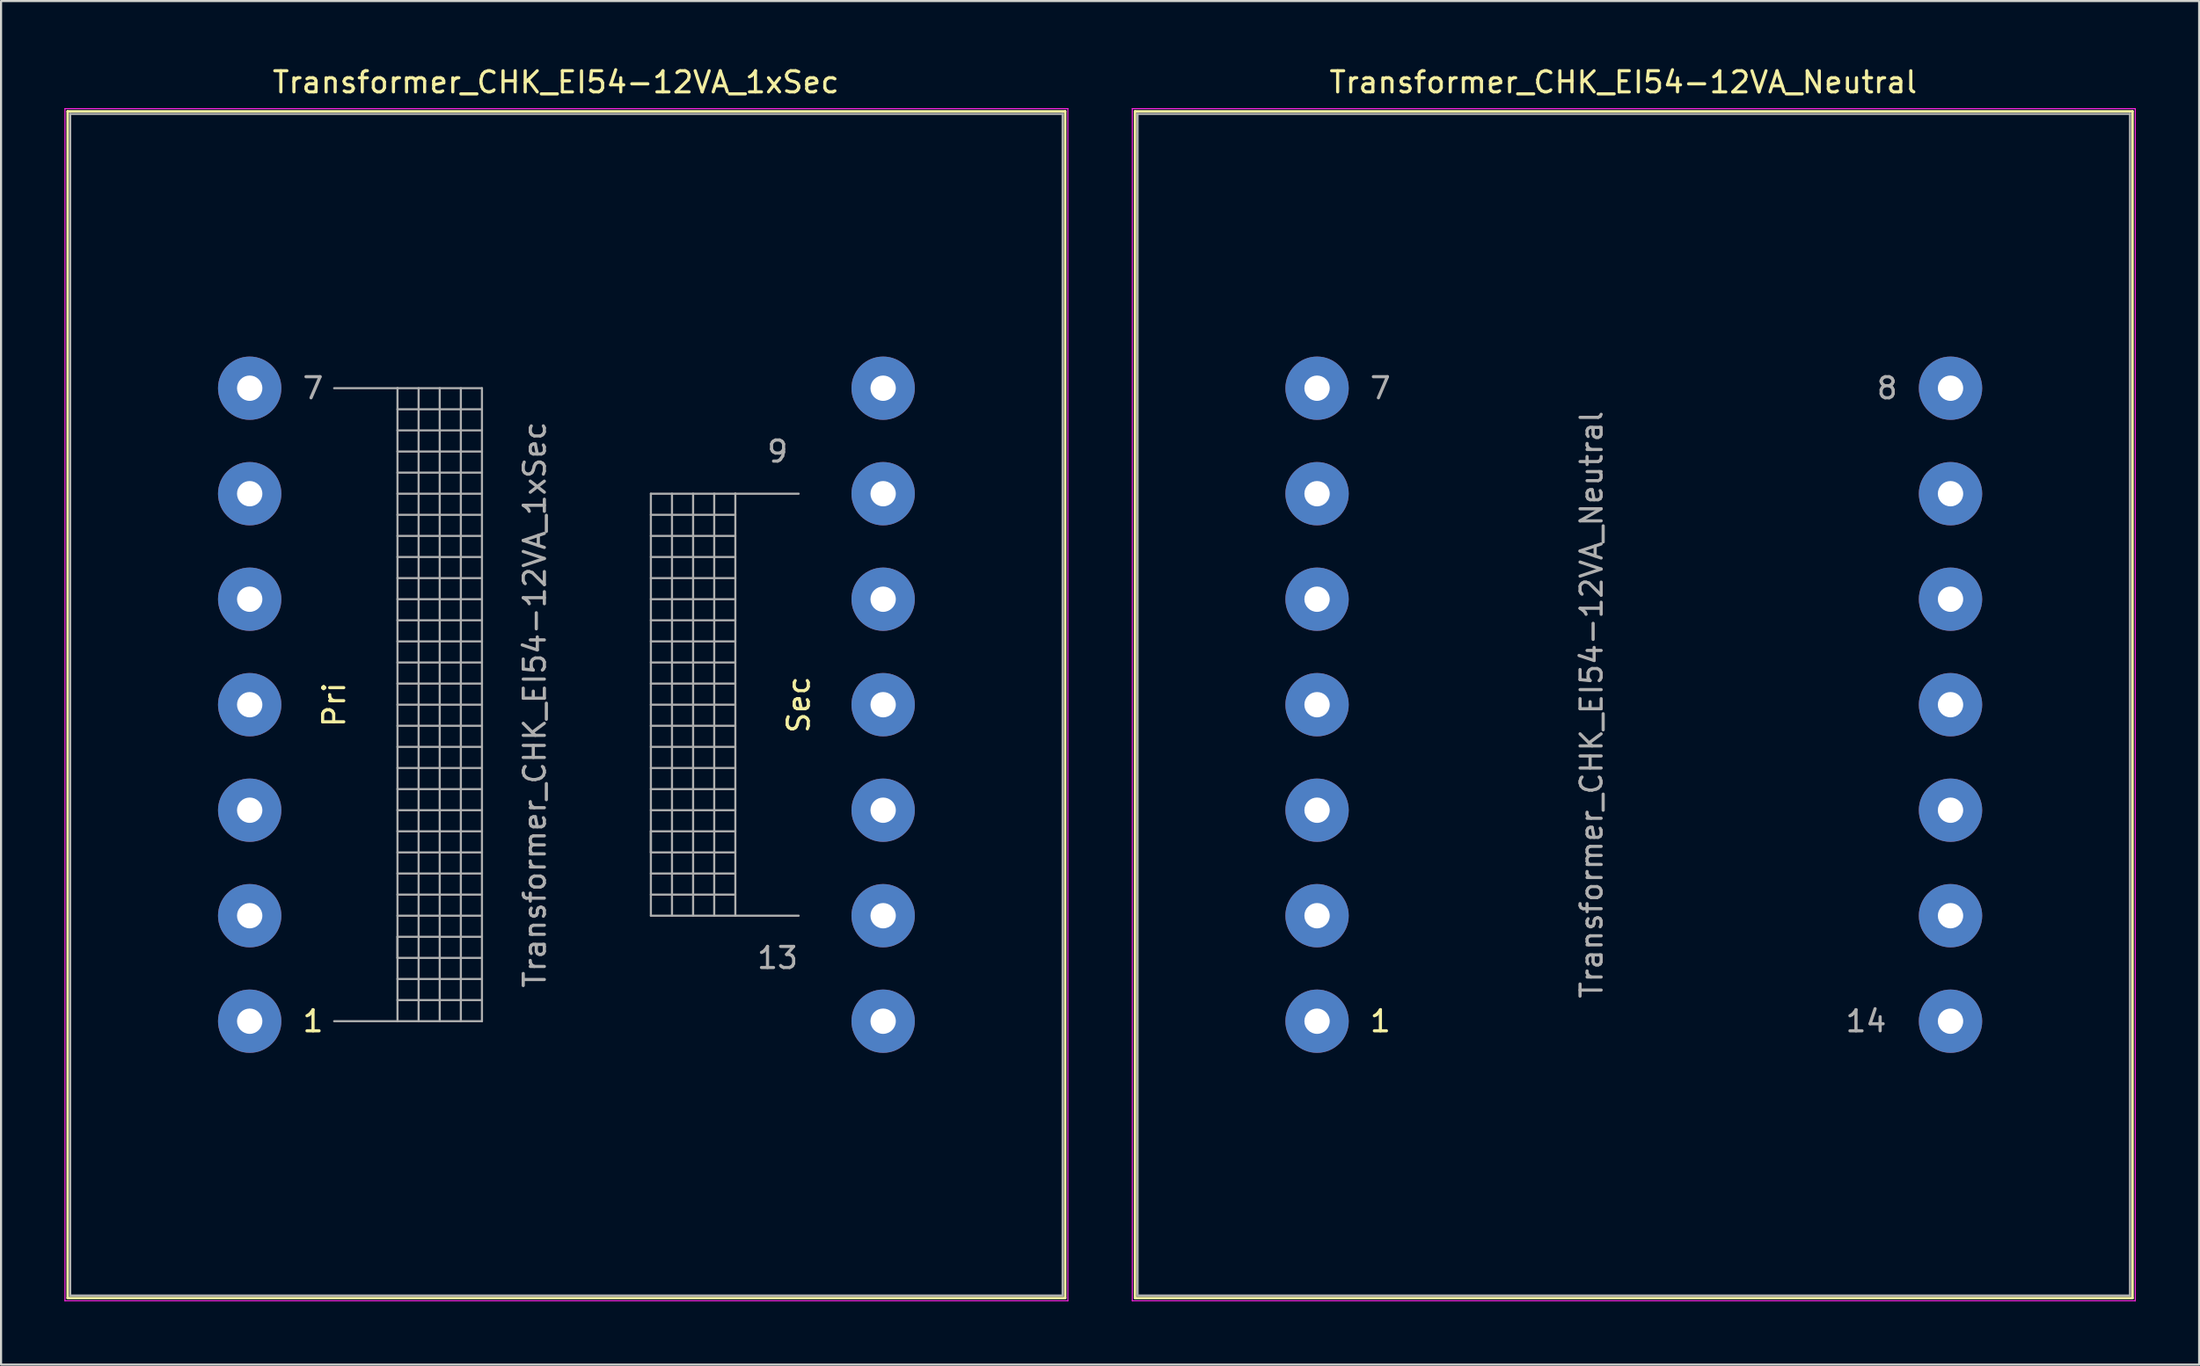
<source format=kicad_pcb>
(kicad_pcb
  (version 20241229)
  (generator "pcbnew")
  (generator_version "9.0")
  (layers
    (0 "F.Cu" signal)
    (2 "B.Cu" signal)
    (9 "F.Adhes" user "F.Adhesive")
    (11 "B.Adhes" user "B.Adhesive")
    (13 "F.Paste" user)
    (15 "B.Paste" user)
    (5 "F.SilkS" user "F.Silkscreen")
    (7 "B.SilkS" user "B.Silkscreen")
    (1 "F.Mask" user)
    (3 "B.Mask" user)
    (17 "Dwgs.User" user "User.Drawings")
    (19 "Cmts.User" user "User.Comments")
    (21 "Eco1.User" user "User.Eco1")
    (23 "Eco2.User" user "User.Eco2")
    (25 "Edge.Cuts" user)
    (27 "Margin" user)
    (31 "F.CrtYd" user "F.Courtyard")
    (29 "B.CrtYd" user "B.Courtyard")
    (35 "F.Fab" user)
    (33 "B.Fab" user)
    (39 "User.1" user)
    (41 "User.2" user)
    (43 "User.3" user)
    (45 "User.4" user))
  (footprint "Transformer_CHK_EI54-12VA_Neutral"
    (layer "F.Cu")
    (at 59.325 45.348)
    (property "Reference" "Transformer_CHK_EI54-12VA_Neutral" (at 14.5 -44.5 0) (layer "F.SilkS") (effects (font (size 1 1) (thickness 0.15))))
    (attr through_hole)
    (fp_line (start -8.62 -43.12) (end -8.62 13.12) (stroke (width 0.12) (type solid)) (layer "F.SilkS"))
    (fp_line (start -8.62 -43.12) (end 38.62 -43.12) (stroke (width 0.12) (type solid)) (layer "F.SilkS"))
    (fp_line (start 38.62 13.12) (end -8.62 13.12) (stroke (width 0.12) (type solid)) (layer "F.SilkS"))
    (fp_line (start 38.62 13.12) (end 38.62 -43.12) (stroke (width 0.12) (type solid)) (layer "F.SilkS"))
    (fp_line (start -8.75 -43.25) (end -8.75 13.25) (stroke (width 0.05) (type solid)) (layer "F.CrtYd"))
    (fp_line (start -8.75 -43.25) (end 38.75 -43.25) (stroke (width 0.05) (type solid)) (layer "F.CrtYd"))
    (fp_line (start 38.75 13.25) (end -8.75 13.25) (stroke (width 0.05) (type solid)) (layer "F.CrtYd"))
    (fp_line (start 38.75 13.25) (end 38.75 -43.25) (stroke (width 0.05) (type solid)) (layer "F.CrtYd"))
    (fp_line (start -8.5 -43) (end -8.5 13) (stroke (width 0.1) (type solid)) (layer "F.Fab"))
    (fp_line (start -8.5 13) (end 38.5 13) (stroke (width 0.1) (type solid)) (layer "F.Fab"))
    (fp_line (start 38.5 -43) (end -8.5 -43) (stroke (width 0.1) (type solid)) (layer "F.Fab"))
    (fp_line (start 38.5 13) (end 38.5 -43) (stroke (width 0.1) (type solid)) (layer "F.Fab"))
    (fp_text user "1" (at 3 0 0) (layer "F.SilkS") (effects (font (size 1 1) (thickness 0.15))))
    (fp_text user "14" (at 26 0 0) (layer "F.Fab") (effects (font (size 1 1) (thickness 0.15))))
    (fp_text user "8" (at 27 -30 0) (layer "F.Fab") (effects (font (size 1 1) (thickness 0.15))))
    (fp_text user "${REFERENCE}" (at 13 -15 90) (layer "F.Fab") (effects (font (size 1 1) (thickness 0.15))))
    (fp_text user "7" (at 3 -30 0) (layer "F.Fab") (effects (font (size 1 1) (thickness 0.15))))
    (pad "1" thru_hole circle (at 0 0) (size 3 3) (drill 1.2) (layers "*.Cu" "*.Mask"))
    (pad "2" thru_hole circle (at 0 -5) (size 3 3) (drill 1.2) (layers "*.Cu" "*.Mask"))
    (pad "3" thru_hole circle (at 0 -10) (size 3 3) (drill 1.2) (layers "*.Cu" "*.Mask"))
    (pad "4" thru_hole circle (at 0 -15) (size 3 3) (drill 1.2) (layers "*.Cu" "*.Mask"))
    (pad "5" thru_hole circle (at 0 -20) (size 3 3) (drill 1.2) (layers "*.Cu" "*.Mask"))
    (pad "6" thru_hole circle (at 0 -25) (size 3 3) (drill 1.2) (layers "*.Cu" "*.Mask"))
    (pad "7" thru_hole circle (at 0 -30) (size 3 3) (drill 1.2) (layers "*.Cu" "*.Mask"))
    (pad "8" thru_hole circle (at 30 -30) (size 3 3) (drill 1.2) (layers "*.Cu" "*.Mask"))
    (pad "9" thru_hole circle (at 30 -25) (size 3 3) (drill 1.2) (layers "*.Cu" "*.Mask"))
    (pad "10" thru_hole circle (at 30 -20) (size 3 3) (drill 1.2) (layers "*.Cu" "*.Mask"))
    (pad "11" thru_hole circle (at 30 -15) (size 3 3) (drill 1.2) (layers "*.Cu" "*.Mask"))
    (pad "12" thru_hole circle (at 30 -10) (size 3 3) (drill 1.2) (layers "*.Cu" "*.Mask"))
    (pad "13" thru_hole circle (at 30 -5) (size 3 3) (drill 1.2) (layers "*.Cu" "*.Mask"))
    (pad "14" thru_hole circle (at 30 0) (size 3 3) (drill 1.2) (layers "*.Cu" "*.Mask")))
  (footprint "Transformer_CHK_EI54-12VA_1xSec"
    (layer "F.Cu")
    (at 8.775 45.348)
    (property "Reference" "Transformer_CHK_EI54-12VA_1xSec" (at 14.5 -44.5 0) (layer "F.SilkS") (effects (font (size 1 1) (thickness 0.15))))
    (attr through_hole)
    (fp_line (start -8.62 -43.12) (end -8.62 13.12) (stroke (width 0.12) (type solid)) (layer "F.SilkS"))
    (fp_line (start -8.62 -43.12) (end 38.62 -43.12) (stroke (width 0.12) (type solid)) (layer "F.SilkS"))
    (fp_line (start 38.62 13.12) (end -8.62 13.12) (stroke (width 0.12) (type solid)) (layer "F.SilkS"))
    (fp_line (start 38.62 13.12) (end 38.62 -43.12) (stroke (width 0.12) (type solid)) (layer "F.SilkS"))
    (fp_line (start -8.75 -43.25) (end -8.75 13.25) (stroke (width 0.05) (type solid)) (layer "F.CrtYd"))
    (fp_line (start -8.75 -43.25) (end 38.75 -43.25) (stroke (width 0.05) (type solid)) (layer "F.CrtYd"))
    (fp_line (start 38.75 13.25) (end -8.75 13.25) (stroke (width 0.05) (type solid)) (layer "F.CrtYd"))
    (fp_line (start 38.75 13.25) (end 38.75 -43.25) (stroke (width 0.05) (type solid)) (layer "F.CrtYd"))
    (fp_line (start -8.5 -43) (end -8.5 13) (stroke (width 0.1) (type solid)) (layer "F.Fab"))
    (fp_line (start -8.5 13) (end 38.5 13) (stroke (width 0.1) (type solid)) (layer "F.Fab"))
    (fp_line (start 4 -30) (end 7 -30) (stroke (width 0.1) (type solid)) (layer "F.Fab"))
    (fp_line (start 7 -30) (end 7 0) (stroke (width 0.1) (type solid)) (layer "F.Fab"))
    (fp_line (start 7 -30) (end 11 -30) (stroke (width 0.1) (type solid)) (layer "F.Fab"))
    (fp_line (start 7 -29) (end 11 -29) (stroke (width 0.1) (type solid)) (layer "F.Fab"))
    (fp_line (start 7 -27) (end 11 -27) (stroke (width 0.1) (type solid)) (layer "F.Fab"))
    (fp_line (start 7 -25) (end 11 -25) (stroke (width 0.1) (type solid)) (layer "F.Fab"))
    (fp_line (start 7 -23) (end 11 -23) (stroke (width 0.1) (type solid)) (layer "F.Fab"))
    (fp_line (start 7 -21) (end 11 -21) (stroke (width 0.1) (type solid)) (layer "F.Fab"))
    (fp_line (start 7 -19) (end 11 -19) (stroke (width 0.1) (type solid)) (layer "F.Fab"))
    (fp_line (start 7 -17) (end 11 -17) (stroke (width 0.1) (type solid)) (layer "F.Fab"))
    (fp_line (start 7 -15) (end 11 -15) (stroke (width 0.1) (type solid)) (layer "F.Fab"))
    (fp_line (start 7 -13) (end 11 -13) (stroke (width 0.1) (type solid)) (layer "F.Fab"))
    (fp_line (start 7 -11) (end 11 -11) (stroke (width 0.1) (type solid)) (layer "F.Fab"))
    (fp_line (start 7 -9) (end 11 -9) (stroke (width 0.1) (type solid)) (layer "F.Fab"))
    (fp_line (start 7 -7) (end 11 -7) (stroke (width 0.1) (type solid)) (layer "F.Fab"))
    (fp_line (start 7 -5) (end 11 -5) (stroke (width 0.1) (type solid)) (layer "F.Fab"))
    (fp_line (start 7 -4) (end 7 -3) (stroke (width 0.1) (type solid)) (layer "F.Fab"))
    (fp_line (start 7 -3) (end 11 -3) (stroke (width 0.1) (type solid)) (layer "F.Fab"))
    (fp_line (start 7 -1) (end 11 -1) (stroke (width 0.1) (type solid)) (layer "F.Fab"))
    (fp_line (start 7 0) (end 4 0) (stroke (width 0.1) (type solid)) (layer "F.Fab"))
    (fp_line (start 8 -30) (end 8 0) (stroke (width 0.1) (type solid)) (layer "F.Fab"))
    (fp_line (start 9 -30) (end 9 0) (stroke (width 0.1) (type solid)) (layer "F.Fab"))
    (fp_line (start 10 -12) (end 7 -12) (stroke (width 0.1) (type solid)) (layer "F.Fab"))
    (fp_line (start 10 -12) (end 11 -12) (stroke (width 0.1) (type solid)) (layer "F.Fab"))
    (fp_line (start 10 0) (end 10 -30) (stroke (width 0.1) (type solid)) (layer "F.Fab"))
    (fp_line (start 11 -30) (end 11 0) (stroke (width 0.1) (type solid)) (layer "F.Fab"))
    (fp_line (start 11 -28) (end 7 -28) (stroke (width 0.1) (type solid)) (layer "F.Fab"))
    (fp_line (start 11 -26) (end 7 -26) (stroke (width 0.1) (type solid)) (layer "F.Fab"))
    (fp_line (start 11 -24) (end 7 -24) (stroke (width 0.1) (type solid)) (layer "F.Fab"))
    (fp_line (start 11 -22) (end 7 -22) (stroke (width 0.1) (type solid)) (layer "F.Fab"))
    (fp_line (start 11 -20) (end 7 -20) (stroke (width 0.1) (type solid)) (layer "F.Fab"))
    (fp_line (start 11 -18) (end 7 -18) (stroke (width 0.1) (type solid)) (layer "F.Fab"))
    (fp_line (start 11 -16) (end 7 -16) (stroke (width 0.1) (type solid)) (layer "F.Fab"))
    (fp_line (start 11 -14) (end 7 -14) (stroke (width 0.1) (type solid)) (layer "F.Fab"))
    (fp_line (start 11 -10) (end 7 -10) (stroke (width 0.1) (type solid)) (layer "F.Fab"))
    (fp_line (start 11 -8) (end 7 -8) (stroke (width 0.1) (type solid)) (layer "F.Fab"))
    (fp_line (start 11 -6) (end 7 -6) (stroke (width 0.1) (type solid)) (layer "F.Fab"))
    (fp_line (start 11 -4) (end 7 -4) (stroke (width 0.1) (type solid)) (layer "F.Fab"))
    (fp_line (start 11 -2) (end 7 -2) (stroke (width 0.1) (type solid)) (layer "F.Fab"))
    (fp_line (start 11 0) (end 7 0) (stroke (width 0.1) (type solid)) (layer "F.Fab"))
    (fp_line (start 19 -25) (end 19 -5) (stroke (width 0.1) (type solid)) (layer "F.Fab"))
    (fp_line (start 19 -24) (end 23 -24) (stroke (width 0.1) (type solid)) (layer "F.Fab"))
    (fp_line (start 19 -22) (end 23 -22) (stroke (width 0.1) (type solid)) (layer "F.Fab"))
    (fp_line (start 19 -20) (end 23 -20) (stroke (width 0.1) (type solid)) (layer "F.Fab"))
    (fp_line (start 19 -18) (end 23 -18) (stroke (width 0.1) (type solid)) (layer "F.Fab"))
    (fp_line (start 19 -16) (end 23 -16) (stroke (width 0.1) (type solid)) (layer "F.Fab"))
    (fp_line (start 19 -14) (end 23 -14) (stroke (width 0.1) (type solid)) (layer "F.Fab"))
    (fp_line (start 19 -12) (end 23 -12) (stroke (width 0.1) (type solid)) (layer "F.Fab"))
    (fp_line (start 19 -10) (end 23 -10) (stroke (width 0.1) (type solid)) (layer "F.Fab"))
    (fp_line (start 19 -9) (end 19 -8) (stroke (width 0.1) (type solid)) (layer "F.Fab"))
    (fp_line (start 19 -8) (end 23 -8) (stroke (width 0.1) (type solid)) (layer "F.Fab"))
    (fp_line (start 19 -6) (end 23 -6) (stroke (width 0.1) (type solid)) (layer "F.Fab"))
    (fp_line (start 19 -5) (end 23 -5) (stroke (width 0.1) (type solid)) (layer "F.Fab"))
    (fp_line (start 20 -5) (end 20 -25) (stroke (width 0.1) (type solid)) (layer "F.Fab"))
    (fp_line (start 21 -25) (end 21 -5) (stroke (width 0.1) (type solid)) (layer "F.Fab"))
    (fp_line (start 22 -5) (end 22 -25) (stroke (width 0.1) (type solid)) (layer "F.Fab"))
    (fp_line (start 23 -25) (end 19 -25) (stroke (width 0.1) (type solid)) (layer "F.Fab"))
    (fp_line (start 23 -25) (end 23 -5) (stroke (width 0.1) (type solid)) (layer "F.Fab"))
    (fp_line (start 23 -23) (end 19 -23) (stroke (width 0.1) (type solid)) (layer "F.Fab"))
    (fp_line (start 23 -21) (end 19 -21) (stroke (width 0.1) (type solid)) (layer "F.Fab"))
    (fp_line (start 23 -19) (end 19 -19) (stroke (width 0.1) (type solid)) (layer "F.Fab"))
    (fp_line (start 23 -17) (end 19 -17) (stroke (width 0.1) (type solid)) (layer "F.Fab"))
    (fp_line (start 23 -15) (end 19 -15) (stroke (width 0.1) (type solid)) (layer "F.Fab"))
    (fp_line (start 23 -13) (end 19 -13) (stroke (width 0.1) (type solid)) (layer "F.Fab"))
    (fp_line (start 23 -11) (end 19 -11) (stroke (width 0.1) (type solid)) (layer "F.Fab"))
    (fp_line (start 23 -9) (end 19 -9) (stroke (width 0.1) (type solid)) (layer "F.Fab"))
    (fp_line (start 23 -7) (end 19 -7) (stroke (width 0.1) (type solid)) (layer "F.Fab"))
    (fp_line (start 23 -5) (end 26 -5) (stroke (width 0.1) (type solid)) (layer "F.Fab"))
    (fp_line (start 26 -25) (end 23 -25) (stroke (width 0.1) (type solid)) (layer "F.Fab"))
    (fp_line (start 38.5 -43) (end -8.5 -43) (stroke (width 0.1) (type solid)) (layer "F.Fab"))
    (fp_line (start 38.5 13) (end 38.5 -43) (stroke (width 0.1) (type solid)) (layer "F.Fab"))
    (fp_text user "Sec" (at 26 -15 90) (layer "F.SilkS") (effects (font (size 1 1) (thickness 0.15))))
    (fp_text user "1" (at 3 0 0) (layer "F.SilkS") (effects (font (size 1 1) (thickness 0.15))))
    (fp_text user "Pri" (at 4 -15 90) (layer "F.SilkS") (effects (font (size 1 1) (thickness 0.15))))
    (fp_text user "${REFERENCE}" (at 13.5 -15 90) (layer "F.Fab") (effects (font (size 1 1) (thickness 0.15))))
    (fp_text user "13" (at 25 -3 0) (layer "F.Fab") (effects (font (size 1 1) (thickness 0.15))))
    (fp_text user "7" (at 3 -30 0) (layer "F.Fab") (effects (font (size 1 1) (thickness 0.15))))
    (fp_text user "9" (at 25 -27 0) (layer "F.Fab") (effects (font (size 1 1) (thickness 0.15))))
    (pad "1" thru_hole circle (at 0 0) (size 3 3) (drill 1.2) (layers "*.Cu" "*.Mask"))
    (pad "2" thru_hole circle (at 0 -5) (size 3 3) (drill 1.2) (layers "*.Cu" "*.Mask"))
    (pad "3" thru_hole circle (at 0 -10) (size 3 3) (drill 1.2) (layers "*.Cu" "*.Mask"))
    (pad "4" thru_hole circle (at 0 -15) (size 3 3) (drill 1.2) (layers "*.Cu" "*.Mask"))
    (pad "5" thru_hole circle (at 0 -20) (size 3 3) (drill 1.2) (layers "*.Cu" "*.Mask"))
    (pad "6" thru_hole circle (at 0 -25) (size 3 3) (drill 1.2) (layers "*.Cu" "*.Mask"))
    (pad "7" thru_hole circle (at 0 -30) (size 3 3) (drill 1.2) (layers "*.Cu" "*.Mask"))
    (pad "8" thru_hole circle (at 30 -30) (size 3 3) (drill 1.2) (layers "*.Cu" "*.Mask"))
    (pad "9" thru_hole circle (at 30 -25) (size 3 3) (drill 1.2) (layers "*.Cu" "*.Mask"))
    (pad "10" thru_hole circle (at 30 -20) (size 3 3) (drill 1.2) (layers "*.Cu" "*.Mask"))
    (pad "11" thru_hole circle (at 30 -15) (size 3 3) (drill 1.2) (layers "*.Cu" "*.Mask"))
    (pad "12" thru_hole circle (at 30 -10) (size 3 3) (drill 1.2) (layers "*.Cu" "*.Mask"))
    (pad "13" thru_hole circle (at 30 -5) (size 3 3) (drill 1.2) (layers "*.Cu" "*.Mask"))
    (pad "14" thru_hole circle (at 30 0) (size 3 3) (drill 1.2) (layers "*.Cu" "*.Mask")))
  (gr_rect
    (start -3 -3)
    (end 101.1 61.623)
    (stroke (width 0.1) (type default))
    (fill no)
    (layer "Edge.Cuts")))
</source>
